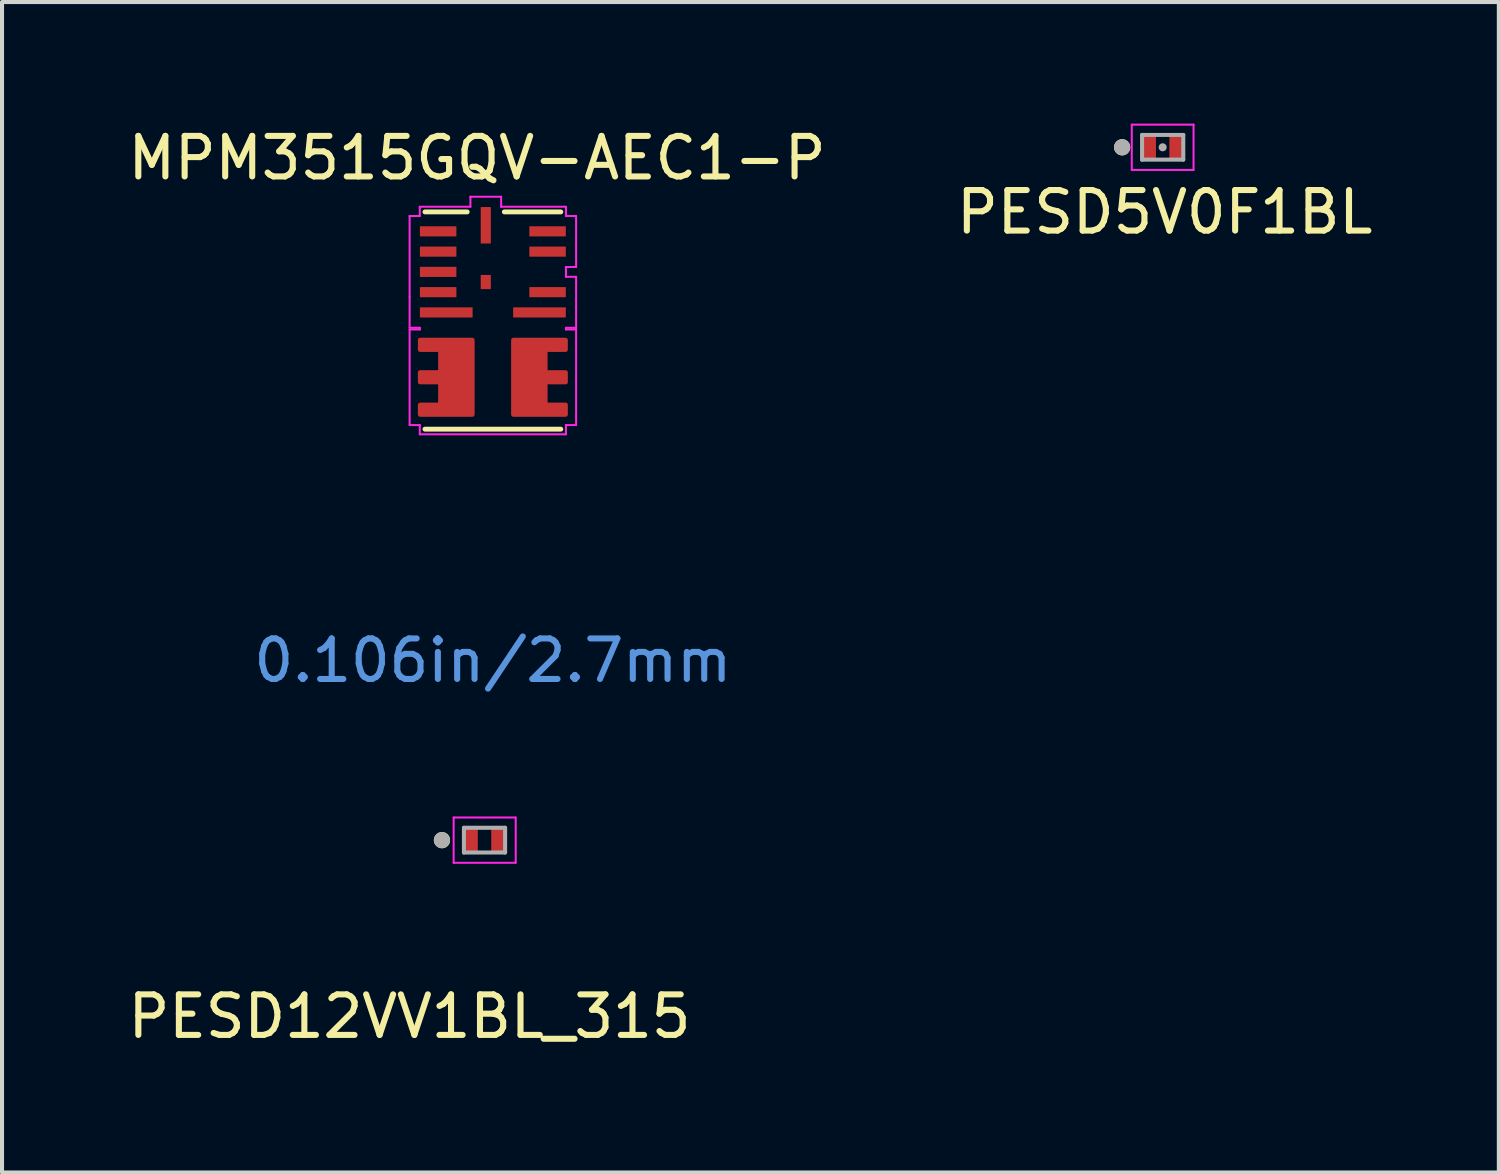
<source format=kicad_pcb>
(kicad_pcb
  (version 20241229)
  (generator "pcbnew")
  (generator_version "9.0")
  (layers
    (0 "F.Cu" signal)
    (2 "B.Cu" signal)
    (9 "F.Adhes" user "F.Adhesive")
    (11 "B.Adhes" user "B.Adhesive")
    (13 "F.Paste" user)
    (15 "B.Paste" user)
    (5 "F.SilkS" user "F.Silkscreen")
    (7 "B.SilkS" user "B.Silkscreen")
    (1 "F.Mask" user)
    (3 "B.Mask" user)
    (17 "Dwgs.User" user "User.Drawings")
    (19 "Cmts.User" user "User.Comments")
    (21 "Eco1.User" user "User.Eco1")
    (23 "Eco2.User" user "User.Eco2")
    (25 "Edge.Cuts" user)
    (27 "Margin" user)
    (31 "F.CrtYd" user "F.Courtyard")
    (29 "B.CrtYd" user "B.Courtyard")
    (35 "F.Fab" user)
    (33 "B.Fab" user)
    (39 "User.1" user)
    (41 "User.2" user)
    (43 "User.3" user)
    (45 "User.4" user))
  (footprint "PESD12VV1BL_315"
    (layer "F.Cu")
    (at 8.904 17.678)
    (property "Reference" "PESD12VV1BL_315" (at -1.85 4.35 0) (layer "F.SilkS") (effects (font (size 1 1) (thickness 0.15))))
    (attr smd)
    (fp_circle (center -1.05 0) (end -0.95 0) (stroke (width 0.2) (type solid)) (fill no) (layer "F.SilkS"))
    (fp_line (start -0.762 -0.559) (end 0.762 -0.559) (stroke (width 0.05) (type solid)) (layer "F.CrtYd"))
    (fp_line (start -0.762 0.559) (end -0.762 -0.559) (stroke (width 0.05) (type solid)) (layer "F.CrtYd"))
    (fp_line (start 0.762 0.559) (end -0.762 0.559) (stroke (width 0.05) (type solid)) (layer "F.CrtYd"))
    (fp_line (start 0.77 0.559) (end 0.77 -0.559) (stroke (width 0.05) (type solid)) (layer "F.CrtYd"))
    (fp_line (start -0.508 -0.305) (end -0.508 0.305) (stroke (width 0.1) (type solid)) (layer "F.Fab"))
    (fp_line (start -0.508 0.305) (end 0.508 0.305) (stroke (width 0.1) (type solid)) (layer "F.Fab"))
    (fp_line (start 0.508 -0.305) (end -0.508 -0.305) (stroke (width 0.1) (type solid)) (layer "F.Fab"))
    (fp_line (start 0.508 0.305) (end 0.508 -0.305) (stroke (width 0.1) (type solid)) (layer "F.Fab"))
    (fp_circle (center -1.05 0) (end -0.95 0) (stroke (width 0.2) (type solid)) (fill no) (layer "F.Fab"))
    (pad "1" smd rect (at -0.318 0) (size 0.305 0.559) (layers "F.Cu" "F.Mask" "F.Paste"))
    (pad "2" smd rect (at 0.318 0) (size 0.305 0.559) (layers "F.Cu" "F.Mask" "F.Paste")))
  (footprint "MPM3515GQV-AEC1-P"
    (layer "F.Cu")
    (at 9.11 4.858)
    (property "Reference" "MPM3515GQV-AEC1-P" (at -0.39 -4.01 0) (layer "F.SilkS") (effects (font (size 1 1) (thickness 0.15))))
    (attr smd)
    (fp_poly (pts (xy -0.5 -1.35) (xy 0.15 -1.35) (xy 0.15 -0.55) (xy -0.5 -0.55)) (stroke (width 0.1) (type solid)) (fill yes) (layer "F.Mask"))
    (fp_poly (pts (xy -1.8 0.475) (xy -1.8 0.725) (xy -1.3 0.725) (xy -1.3 1.275) (xy -1.8 1.275) (xy -1.8 1.525) (xy -1.3 1.525) (xy -1.3 2.075) (xy -1.8 2.075) (xy -1.8 2.325) (xy -0.5 2.325) (xy -0.5 0.475)) (stroke (width 0.1) (type solid)) (fill yes) (layer "F.Mask"))
    (fp_poly (pts (xy 1.8 0.475) (xy 1.8 0.725) (xy 1.3 0.725) (xy 1.3 1.275) (xy 1.8 1.275) (xy 1.8 1.525) (xy 1.3 1.525) (xy 1.3 2.075) (xy 1.8 2.075) (xy 1.8 2.325) (xy 0.5 2.325) (xy 0.5 0.475)) (stroke (width 0.1) (type solid)) (fill yes) (layer "F.Mask"))
    (fp_line (start -1.676 -2.68) (end -0.633 -2.68) (stroke (width 0.12) (type solid)) (layer "F.SilkS"))
    (fp_line (start 0.283 -2.68) (end 1.676 -2.68) (stroke (width 0.12) (type solid)) (layer "F.SilkS"))
    (fp_line (start 1.676 2.68) (end -1.676 2.68) (stroke (width 0.12) (type solid)) (layer "F.SilkS"))
    (fp_poly (pts (xy -0.5 -1.35) (xy 0.15 -1.35) (xy 0.15 -0.55) (xy -0.5 -0.55)) (stroke (width 0.1) (type solid)) (fill yes) (layer "F.Paste"))
    (fp_poly (pts (xy -1.8 0.475) (xy -1.8 0.725) (xy -1.3 0.725) (xy -1.3 1.275) (xy -1.8 1.275) (xy -1.8 1.525) (xy -1.3 1.525) (xy -1.3 2.075) (xy -1.8 2.075) (xy -1.8 2.325) (xy -0.5 2.325) (xy -0.5 0.475)) (stroke (width 0.1) (type solid)) (fill yes) (layer "F.Paste"))
    (fp_poly (pts (xy 1.8 0.475) (xy 1.8 0.725) (xy 1.3 0.725) (xy 1.3 1.275) (xy 1.8 1.275) (xy 1.8 1.525) (xy 1.3 1.525) (xy 1.3 2.075) (xy 1.8 2.075) (xy 1.8 2.325) (xy 0.5 2.325) (xy 0.5 0.475)) (stroke (width 0.1) (type solid)) (fill yes) (layer "F.Paste"))
    (fp_line (start -2.054 -2.579) (end -2.054 -0.579) (stroke (width 0.05) (type solid)) (layer "F.CrtYd"))
    (fp_line (start -2.054 -0.579) (end -2.054 0.179) (stroke (width 0.05) (type solid)) (layer "F.CrtYd"))
    (fp_line (start -2.054 0.179) (end -1.803 0.179) (stroke (width 0.05) (type solid)) (layer "F.CrtYd"))
    (fp_line (start -2.054 0.221) (end -2.054 2.579) (stroke (width 0.05) (type solid)) (layer "F.CrtYd"))
    (fp_line (start -2.054 2.579) (end -1.803 2.579) (stroke (width 0.05) (type solid)) (layer "F.CrtYd"))
    (fp_line (start -1.803 -2.807) (end -1.803 -2.579) (stroke (width 0.05) (type solid)) (layer "F.CrtYd"))
    (fp_line (start -1.803 -2.579) (end -2.054 -2.579) (stroke (width 0.05) (type solid)) (layer "F.CrtYd"))
    (fp_line (start -1.803 0.179) (end -1.803 0.221) (stroke (width 0.05) (type solid)) (layer "F.CrtYd"))
    (fp_line (start -1.803 0.221) (end -2.054 0.221) (stroke (width 0.05) (type solid)) (layer "F.CrtYd"))
    (fp_line (start -1.803 2.579) (end -1.803 2.807) (stroke (width 0.05) (type solid)) (layer "F.CrtYd"))
    (fp_line (start -1.803 2.807) (end 1.803 2.807) (stroke (width 0.05) (type solid)) (layer "F.CrtYd"))
    (fp_line (start -0.554 -3.054) (end -0.554 -2.807) (stroke (width 0.05) (type solid)) (layer "F.CrtYd"))
    (fp_line (start -0.554 -2.807) (end -1.803 -2.807) (stroke (width 0.05) (type solid)) (layer "F.CrtYd"))
    (fp_line (start 0.204 -3.054) (end -0.554 -3.054) (stroke (width 0.05) (type solid)) (layer "F.CrtYd"))
    (fp_line (start 0.204 -2.807) (end 0.204 -3.054) (stroke (width 0.05) (type solid)) (layer "F.CrtYd"))
    (fp_line (start 1.803 -2.807) (end 0.204 -2.807) (stroke (width 0.05) (type solid)) (layer "F.CrtYd"))
    (fp_line (start 1.803 -2.579) (end 1.803 -2.807) (stroke (width 0.05) (type solid)) (layer "F.CrtYd"))
    (fp_line (start 1.803 -1.321) (end 2.054 -1.321) (stroke (width 0.05) (type solid)) (layer "F.CrtYd"))
    (fp_line (start 1.803 -1.079) (end 1.803 -1.321) (stroke (width 0.05) (type solid)) (layer "F.CrtYd"))
    (fp_line (start 1.803 0.179) (end 2.054 0.179) (stroke (width 0.05) (type solid)) (layer "F.CrtYd"))
    (fp_line (start 1.803 0.221) (end 1.803 0.179) (stroke (width 0.05) (type solid)) (layer "F.CrtYd"))
    (fp_line (start 1.803 2.579) (end 2.054 2.579) (stroke (width 0.05) (type solid)) (layer "F.CrtYd"))
    (fp_line (start 1.803 2.807) (end 1.803 2.579) (stroke (width 0.05) (type solid)) (layer "F.CrtYd"))
    (fp_line (start 2.054 -2.579) (end 1.803 -2.579) (stroke (width 0.05) (type solid)) (layer "F.CrtYd"))
    (fp_line (start 2.054 -1.321) (end 2.054 -2.579) (stroke (width 0.05) (type solid)) (layer "F.CrtYd"))
    (fp_line (start 2.054 -1.079) (end 1.803 -1.079) (stroke (width 0.05) (type solid)) (layer "F.CrtYd"))
    (fp_line (start 2.054 -0.321) (end 2.054 -1.079) (stroke (width 0.05) (type solid)) (layer "F.CrtYd"))
    (fp_line (start 2.054 0.179) (end 2.054 -0.321) (stroke (width 0.05) (type solid)) (layer "F.CrtYd"))
    (fp_line (start 2.054 0.221) (end 1.803 0.221) (stroke (width 0.05) (type solid)) (layer "F.CrtYd"))
    (fp_line (start 2.054 2.579) (end 2.054 0.221) (stroke (width 0.05) (type solid)) (layer "F.CrtYd"))
    (fp_text user "0.106in/2.7mm" (at 0 8.388 0) (layer "Cmts.User") (effects (font (size 1 1) (thickness 0.15))))
    (pad "1" smd rect (at -1.35 -2.2) (size 0.9 0.25) (layers "F.Cu" "F.Mask" "F.Paste"))
    (pad "2" smd rect (at -1.35 -1.7) (size 0.9 0.25) (layers "F.Cu" "F.Mask" "F.Paste"))
    (pad "3" smd rect (at -1.35 -1.2) (size 0.9 0.25) (layers "F.Cu" "F.Mask" "F.Paste"))
    (pad "4" smd rect (at -1.35 -0.7) (size 0.9 0.25) (layers "F.Cu" "F.Mask" "F.Paste"))
    (pad "5" smd rect (at -1.15 -0.2) (size 1.3 0.25) (layers "F.Cu" "F.Mask" "F.Paste"))
    (pad "6" smd custom (at -1.35 0.6) (size 0.127 0.127) (layers "F.Cu" "F.Mask" "F.Paste") (options (anchor rect)) (primitives (gr_poly (pts (xy -0.45 -0.125) (xy -0.45 0.125) (xy 0.05 0.125) (xy 0.05 0.675) (xy -0.45 0.675) (xy -0.45 0.925) (xy 0.05 0.925) (xy 0.05 1.475) (xy -0.45 1.475) (xy -0.45 1.725) (xy 0.85 1.725) (xy 0.85 -0.125)) (width 0.1) (fill yes))))
    (pad "7" smd rect (at -1.35 1.4) (size 0.127 0.127) (layers "F.Cu" "F.Mask" "F.Paste"))
    (pad "8" smd rect (at -1.35 2.2) (size 0.127 0.127) (layers "F.Cu" "F.Mask" "F.Paste"))
    (pad "9" smd custom (at 1.35 2.2) (size 0.127 0.127) (layers "F.Cu" "F.Mask" "F.Paste") (options (anchor rect)) (primitives (gr_poly (pts (xy 0.45 -1.725) (xy 0.45 -1.475) (xy -0.05 -1.475) (xy -0.05 -0.925) (xy 0.45 -0.925) (xy 0.45 -0.675) (xy -0.05 -0.675) (xy -0.05 -0.125) (xy 0.45 -0.125) (xy 0.45 0.125) (xy -0.85 0.125) (xy -0.85 -1.725)) (width 0.1) (fill yes))))
    (pad "10" smd rect (at 1.35 1.4) (size 0.127 0.127) (layers "F.Cu" "F.Mask" "F.Paste"))
    (pad "11" smd rect (at 1.35 0.6) (size 0.127 0.127) (layers "F.Cu" "F.Mask" "F.Paste"))
    (pad "12" smd rect (at 1.15 -0.2) (size 1.3 0.25) (layers "F.Cu" "F.Mask" "F.Paste"))
    (pad "13" smd rect (at 1.35 -0.7) (size 0.9 0.25) (layers "F.Cu" "F.Mask" "F.Paste"))
    (pad "14" smd rect (at 1.35 -1.7) (size 0.9 0.25) (layers "F.Cu" "F.Mask" "F.Paste"))
    (pad "15" smd rect (at 1.35 -2.2) (size 0.9 0.25) (layers "F.Cu" "F.Mask" "F.Paste"))
    (pad "16" smd rect (at -0.175 -2.35 90) (size 0.9 0.25) (layers "F.Cu" "F.Mask" "F.Paste"))
    (pad "17" smd rect (at -0.175 -0.95) (size 0.25 0.35) (layers "F.Cu" "F.Mask" "F.Paste")))
  (footprint "PESD5V0F1BL"
    (layer "F.Cu")
    (at 25.635 0.584)
    (property "Reference" "PESD5V0F1BL" (at 0.05 1.6 0) (layer "F.SilkS") (effects (font (size 1 1) (thickness 0.15))))
    (attr smd)
    (fp_circle (center -1 0) (end -0.9 0) (stroke (width 0.2) (type solid)) (fill no) (layer "F.SilkS"))
    (fp_line (start -0.762 -0.559) (end 0.762 -0.559) (stroke (width 0.05) (type solid)) (layer "F.CrtYd"))
    (fp_line (start -0.762 0.559) (end -0.762 -0.559) (stroke (width 0.05) (type solid)) (layer "F.CrtYd"))
    (fp_line (start 0.762 0.559) (end -0.762 0.559) (stroke (width 0.05) (type solid)) (layer "F.CrtYd"))
    (fp_line (start 0.762 0.559) (end 0.762 -0.559) (stroke (width 0.05) (type solid)) (layer "F.CrtYd"))
    (fp_line (start -0.508 -0.305) (end -0.508 0.305) (stroke (width 0.1) (type solid)) (layer "F.Fab"))
    (fp_line (start -0.508 0.305) (end 0.508 0.305) (stroke (width 0.1) (type solid)) (layer "F.Fab"))
    (fp_line (start 0.508 -0.305) (end -0.508 -0.305) (stroke (width 0.1) (type solid)) (layer "F.Fab"))
    (fp_line (start 0.508 0.305) (end 0.508 -0.305) (stroke (width 0.1) (type solid)) (layer "F.Fab"))
    (fp_circle (center -1 0) (end -0.9 0) (stroke (width 0.2) (type solid)) (fill no) (layer "F.Fab"))
    (fp_circle (center 0 0) (end 0 0) (stroke (width 0.1) (type solid)) (fill no) (layer "F.Fab"))
    (pad "1" smd rect (at -0.318 0) (size 0.305 0.559) (layers "F.Cu" "F.Mask" "F.Paste"))
    (pad "2" smd rect (at 0.318 0) (size 0.305 0.559) (layers "F.Cu" "F.Mask" "F.Paste")))
  (gr_rect
    (start -3 -3)
    (end 33.929 25.877)
    (stroke (width 0.1) (type default))
    (fill no)
    (layer "Edge.Cuts")))
</source>
